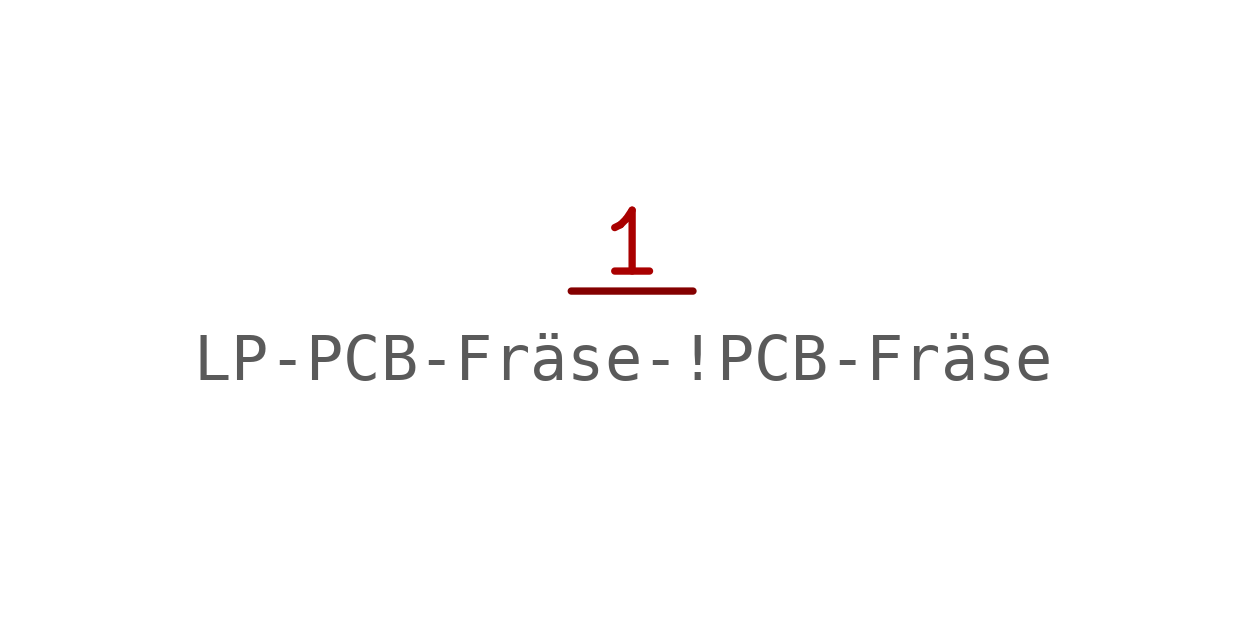
<source format=kicad_sym>
(kicad_symbol_lib
  (version 20220914)
  (generator kicad_symbol_editor)
  (symbol "LP-PCB-Fräse-!PCB-Fräse"
    (pin_names
      (offset 1.016))
    (property "Reference" "U"
      (at -6.35 6.35 0)
      (effects (font (size 1.27 1.27)) hide))
    (symbol "LP-PCB-Fräse-!PCB-Fräse_1_1"
      (pin passive line (at -1.27 -1.27 0) (length 2.54) (name "~" (effects (font (size 1.27 1.27)))) (number "1" (effects (font (size 1.27 1.27))))))))
</source>
